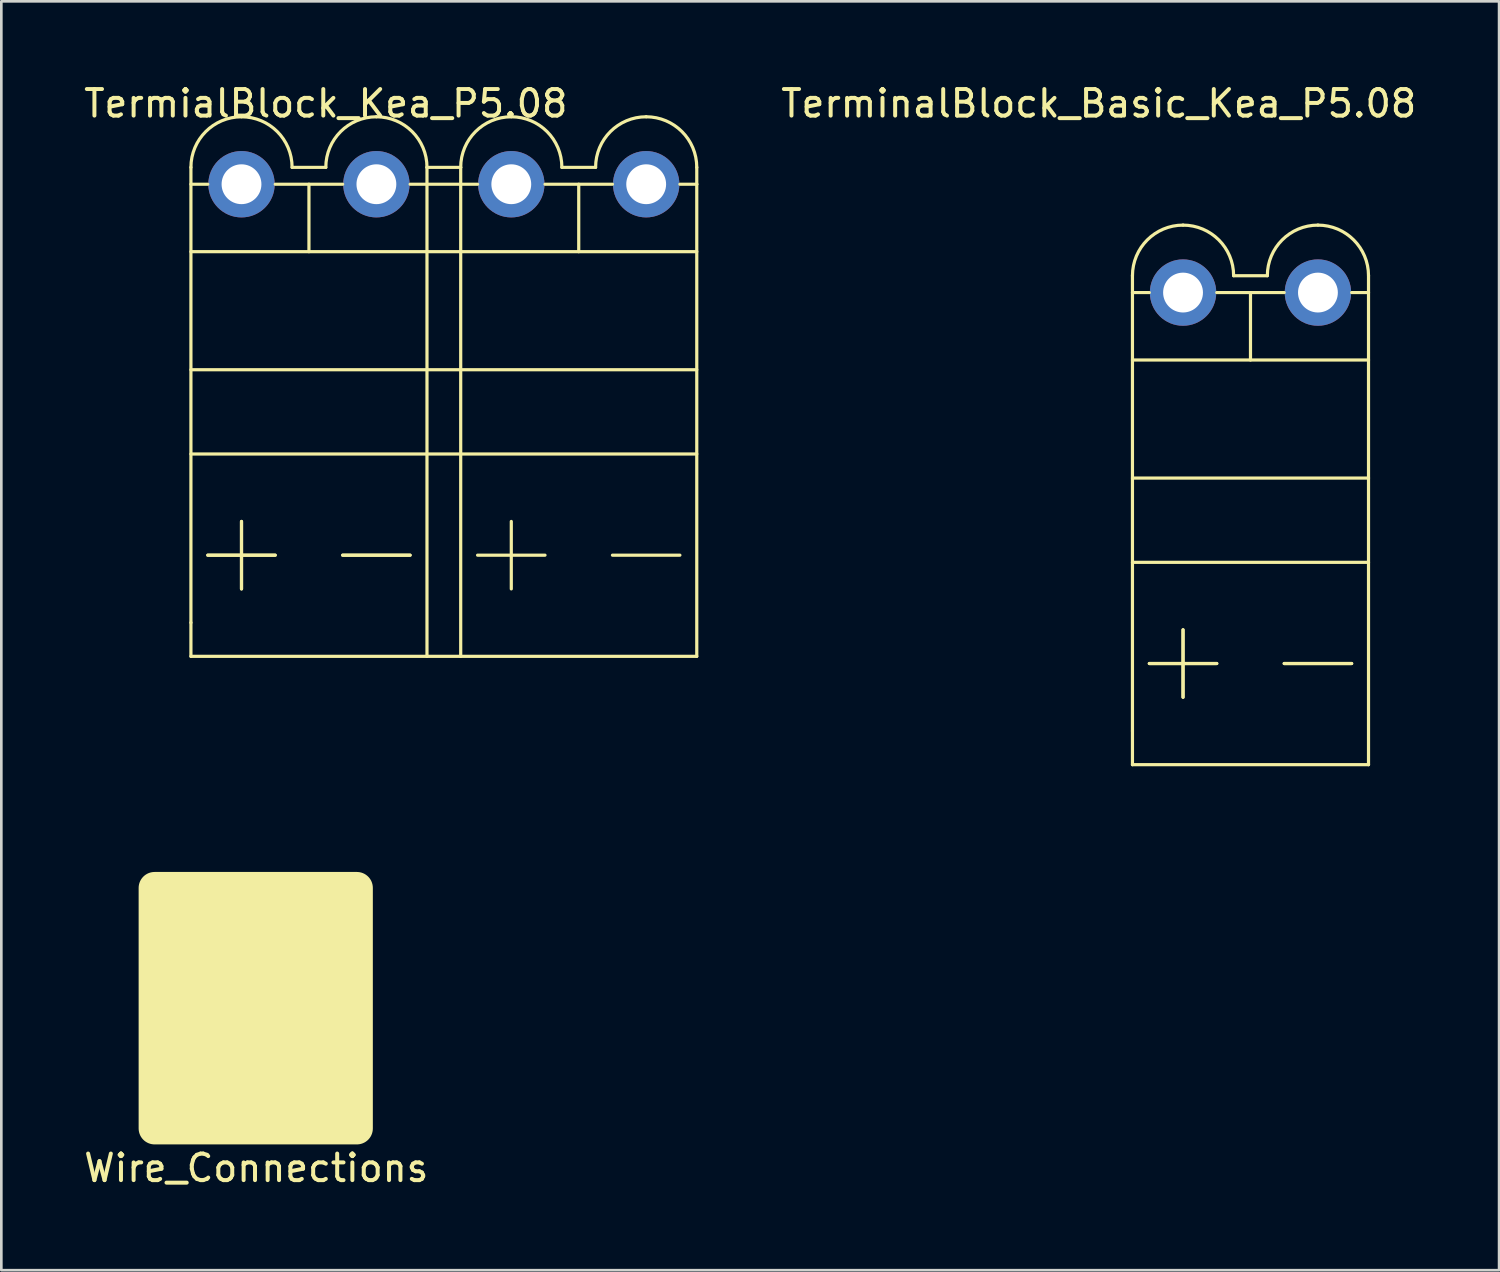
<source format=kicad_pcb>
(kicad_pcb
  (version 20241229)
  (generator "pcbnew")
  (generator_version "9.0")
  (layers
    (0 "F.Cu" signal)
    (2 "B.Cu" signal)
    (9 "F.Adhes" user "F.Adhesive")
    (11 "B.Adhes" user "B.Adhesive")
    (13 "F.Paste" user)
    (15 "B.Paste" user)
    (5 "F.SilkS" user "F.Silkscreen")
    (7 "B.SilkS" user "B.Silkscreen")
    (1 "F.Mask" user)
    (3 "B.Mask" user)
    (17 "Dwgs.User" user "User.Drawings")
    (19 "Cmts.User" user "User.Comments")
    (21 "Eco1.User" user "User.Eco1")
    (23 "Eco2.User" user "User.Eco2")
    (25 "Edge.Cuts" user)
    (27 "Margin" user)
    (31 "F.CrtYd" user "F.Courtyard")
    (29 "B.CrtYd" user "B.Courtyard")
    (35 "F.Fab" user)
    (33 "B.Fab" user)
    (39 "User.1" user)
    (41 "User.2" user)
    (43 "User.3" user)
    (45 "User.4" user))
  (footprint "TermialBlock_Kea_P5.08"
    (layer "F.Cu")
    (at 3.505 3.888)
    (property "Reference" "TermialBlock_Kea_P5.08" (at 5.715 -3.04 180) (layer "F.SilkS") (effects (font (size 1 1) (thickness 0.15))))
    (attr through_hole)
    (fp_line (start 0.635 -0.635) (end 0.635 16.51) (stroke (width 0.12) (type solid)) (layer "F.SilkS"))
    (fp_line (start 0.635 0) (end 1.27 0) (stroke (width 0.12) (type solid)) (layer "F.SilkS"))
    (fp_line (start 0.635 2.54) (end 9.525 2.54) (stroke (width 0.12) (type solid)) (layer "F.SilkS"))
    (fp_line (start 0.635 6.985) (end 9.525 6.985) (stroke (width 0.12) (type solid)) (layer "F.SilkS"))
    (fp_line (start 0.635 10.16) (end 9.525 10.16) (stroke (width 0.12) (type solid)) (layer "F.SilkS"))
    (fp_line (start 0.635 16.51) (end 0.635 17.78) (stroke (width 0.12) (type solid)) (layer "F.SilkS"))
    (fp_line (start 1.27 13.97) (end 3.81 13.97) (stroke (width 0.12) (type solid)) (layer "F.SilkS"))
    (fp_line (start 1.27 13.97) (end 3.81 13.97) (stroke (width 0.12) (type solid)) (layer "F.SilkS"))
    (fp_line (start 2.54 12.7) (end 2.54 15.24) (stroke (width 0.12) (type solid)) (layer "F.SilkS"))
    (fp_line (start 2.54 12.7) (end 2.54 15.24) (stroke (width 0.12) (type solid)) (layer "F.SilkS"))
    (fp_line (start 3.81 0) (end 6.35 0) (stroke (width 0.12) (type solid)) (layer "F.SilkS"))
    (fp_line (start 4.445 -0.635) (end 5.715 -0.635) (stroke (width 0.12) (type solid)) (layer "F.SilkS"))
    (fp_line (start 5.08 0) (end 5.08 2.54) (stroke (width 0.12) (type solid)) (layer "F.SilkS"))
    (fp_line (start 6.35 13.97) (end 8.89 13.97) (stroke (width 0.12) (type solid)) (layer "F.SilkS"))
    (fp_line (start 6.35 13.97) (end 8.89 13.97) (stroke (width 0.12) (type solid)) (layer "F.SilkS"))
    (fp_line (start 8.89 0) (end 11.43 0) (stroke (width 0.12) (type solid)) (layer "F.SilkS"))
    (fp_line (start 9.525 -0.635) (end 9.525 17.78) (stroke (width 0.12) (type solid)) (layer "F.SilkS"))
    (fp_line (start 9.525 -0.635) (end 10.795 -0.635) (stroke (width 0.12) (type solid)) (layer "F.SilkS"))
    (fp_line (start 9.525 2.54) (end 19.685 2.54) (stroke (width 0.12) (type solid)) (layer "F.SilkS"))
    (fp_line (start 9.525 6.985) (end 19.685 6.985) (stroke (width 0.12) (type solid)) (layer "F.SilkS"))
    (fp_line (start 9.525 10.16) (end 19.685 10.16) (stroke (width 0.12) (type solid)) (layer "F.SilkS"))
    (fp_line (start 10.795 -0.635) (end 10.795 17.78) (stroke (width 0.12) (type solid)) (layer "F.SilkS"))
    (fp_line (start 11.43 13.97) (end 13.97 13.97) (stroke (width 0.12) (type solid)) (layer "F.SilkS"))
    (fp_line (start 12.7 15.24) (end 12.7 12.7) (stroke (width 0.12) (type solid)) (layer "F.SilkS"))
    (fp_line (start 13.97 0) (end 16.51 0) (stroke (width 0.12) (type solid)) (layer "F.SilkS"))
    (fp_line (start 14.605 -0.635) (end 15.875 -0.635) (stroke (width 0.12) (type solid)) (layer "F.SilkS"))
    (fp_line (start 15.24 0) (end 15.24 2.54) (stroke (width 0.12) (type solid)) (layer "F.SilkS"))
    (fp_line (start 16.51 13.97) (end 19.05 13.97) (stroke (width 0.12) (type solid)) (layer "F.SilkS"))
    (fp_line (start 19.05 0) (end 19.685 0) (stroke (width 0.12) (type solid)) (layer "F.SilkS"))
    (fp_line (start 19.685 -0.635) (end 19.685 0) (stroke (width 0.12) (type solid)) (layer "F.SilkS"))
    (fp_line (start 19.685 0) (end 19.685 17.78) (stroke (width 0.12) (type solid)) (layer "F.SilkS"))
    (fp_line (start 19.685 17.78) (end 0.635 17.78) (stroke (width 0.12) (type solid)) (layer "F.SilkS"))
    (fp_arc (start 0.635 -0.635) (mid 1.192962 -1.982038) (end 2.54 -2.54) (stroke (width 0.12) (type solid)) (layer "F.SilkS"))
    (fp_arc (start 2.54 -2.54) (mid 3.887038 -1.982038) (end 4.445 -0.635) (stroke (width 0.12) (type solid)) (layer "F.SilkS"))
    (fp_arc (start 5.715 -0.635) (mid 6.272962 -1.982038) (end 7.62 -2.54) (stroke (width 0.12) (type solid)) (layer "F.SilkS"))
    (fp_arc (start 7.62 -2.54) (mid 8.967038 -1.982038) (end 9.525 -0.635) (stroke (width 0.12) (type solid)) (layer "F.SilkS"))
    (fp_arc (start 10.795 -0.635) (mid 11.352962 -1.982038) (end 12.7 -2.54) (stroke (width 0.12) (type solid)) (layer "F.SilkS"))
    (fp_arc (start 12.7 -2.54) (mid 14.047038 -1.982038) (end 14.605 -0.635) (stroke (width 0.12) (type solid)) (layer "F.SilkS"))
    (fp_arc (start 15.875 -0.635) (mid 16.432962 -1.982038) (end 17.78 -2.54) (stroke (width 0.12) (type solid)) (layer "F.SilkS"))
    (fp_arc (start 17.78 -2.54) (mid 19.127038 -1.982038) (end 19.685 -0.635) (stroke (width 0.12) (type solid)) (layer "F.SilkS"))
    (pad "1" thru_hole circle (at 2.54 0 180) (size 2.5 2.5) (drill 1.5) (layers "*.Cu" "*.Mask"))
    (pad "2" thru_hole circle (at 7.62 0 180) (size 2.5 2.5) (drill 1.5) (layers "*.Cu" "*.Mask"))
    (pad "3" thru_hole circle (at 12.7 0) (size 2.5 2.5) (drill 1.5) (layers "*.Cu" "*.Mask"))
    (pad "4" thru_hole circle (at 17.78 0) (size 2.5 2.5) (drill 1.5) (layers "*.Cu" "*.Mask")))
  (footprint "TerminalBlock_Basic_Kea_P5.08"
    (layer "F.Cu")
    (at 38.328 0.348)
    (property "Reference" "TerminalBlock_Basic_Kea_P5.08" (at 0 0.5 0) (layer "F.SilkS") (effects (font (size 1 1) (thickness 0.15))))
    (attr through_hole)
    (fp_line (start 1.27 6.985) (end 1.27 24.13) (stroke (width 0.12) (type solid)) (layer "F.SilkS"))
    (fp_line (start 1.27 7.62) (end 1.905 7.62) (stroke (width 0.12) (type solid)) (layer "F.SilkS"))
    (fp_line (start 1.27 10.16) (end 10.16 10.16) (stroke (width 0.12) (type solid)) (layer "F.SilkS"))
    (fp_line (start 1.27 14.605) (end 10.16 14.605) (stroke (width 0.12) (type solid)) (layer "F.SilkS"))
    (fp_line (start 1.27 17.78) (end 10.16 17.78) (stroke (width 0.12) (type solid)) (layer "F.SilkS"))
    (fp_line (start 1.27 24.13) (end 1.27 25.4) (stroke (width 0.12) (type solid)) (layer "F.SilkS"))
    (fp_line (start 1.27 25.4) (end 10.16 25.4) (stroke (width 0.12) (type solid)) (layer "F.SilkS"))
    (fp_line (start 1.905 21.59) (end 4.445 21.59) (stroke (width 0.12) (type solid)) (layer "F.SilkS"))
    (fp_line (start 1.905 21.59) (end 4.445 21.59) (stroke (width 0.12) (type solid)) (layer "F.SilkS"))
    (fp_line (start 3.175 20.32) (end 3.175 22.86) (stroke (width 0.12) (type solid)) (layer "F.SilkS"))
    (fp_line (start 3.175 20.32) (end 3.175 22.86) (stroke (width 0.12) (type solid)) (layer "F.SilkS"))
    (fp_line (start 4.445 7.62) (end 6.985 7.62) (stroke (width 0.12) (type solid)) (layer "F.SilkS"))
    (fp_line (start 5.08 6.985) (end 6.35 6.985) (stroke (width 0.12) (type solid)) (layer "F.SilkS"))
    (fp_line (start 5.715 7.62) (end 5.715 10.16) (stroke (width 0.12) (type solid)) (layer "F.SilkS"))
    (fp_line (start 6.985 21.59) (end 9.525 21.59) (stroke (width 0.12) (type solid)) (layer "F.SilkS"))
    (fp_line (start 6.985 21.59) (end 9.525 21.59) (stroke (width 0.12) (type solid)) (layer "F.SilkS"))
    (fp_line (start 9.525 7.62) (end 10.16 7.62) (stroke (width 0.12) (type solid)) (layer "F.SilkS"))
    (fp_line (start 10.16 6.985) (end 10.16 25.4) (stroke (width 0.12) (type solid)) (layer "F.SilkS"))
    (fp_arc (start 1.27 6.985) (mid 1.827962 5.637962) (end 3.175 5.08) (stroke (width 0.12) (type solid)) (layer "F.SilkS"))
    (fp_arc (start 3.175 5.08) (mid 4.522038 5.637962) (end 5.08 6.985) (stroke (width 0.12) (type solid)) (layer "F.SilkS"))
    (fp_arc (start 6.35 6.985) (mid 6.907962 5.637962) (end 8.255 5.08) (stroke (width 0.12) (type solid)) (layer "F.SilkS"))
    (fp_arc (start 8.255 5.08) (mid 9.602038 5.637962) (end 10.16 6.985) (stroke (width 0.12) (type solid)) (layer "F.SilkS"))
    (pad "1" thru_hole circle (at 8.255 7.62 180) (size 2.5 2.5) (drill 1.5) (layers "*.Cu" "*.Mask"))
    (pad "2" thru_hole circle (at 3.175 7.62 180) (size 2.5 2.5) (drill 1.5) (layers "*.Cu" "*.Mask")))
  (footprint "Wire_Connections"
    (layer "F.Cu")
    (at 2.021 29.058)
    (property "Reference" "Wire_Connections" (at 4.58 11.88 0) (layer "F.SilkS") (effects (font (size 1 1) (thickness 0.15))))
    (attr through_hole)
    (fp_line (start 2.02 3.81) (end 2.02 1.27) (stroke (width 0.12) (type solid)) (layer "F.Mask"))
    (fp_line (start 3.29 2.54) (end 0.75 2.54) (stroke (width 0.12) (type solid)) (layer "F.Mask"))
    (fp_line (start 8.37 2.54) (end 5.83 2.54) (stroke (width 0.12) (type solid)) (layer "F.Mask"))
    (fp_poly (pts (xy 0.75 1.33) (xy 8.37 1.33) (xy 8.37 10.39) (xy 0.75 10.39)) (stroke (width 1.2) (type solid)) (fill yes) (layer "F.SilkS"))
    (pad "1" smd roundrect (at 2.02 7.62) (size 3 6) (layers "F.Cu" "F.Mask" "F.Paste") (roundrect_rratio 0.1))
    (pad "2" smd roundrect (at 7.1 7.62) (size 3 6) (layers "F.Cu" "F.Mask" "F.Paste") (roundrect_rratio 0.1)))
  (gr_rect
    (start -3 -3)
    (end 53.405 44.786)
    (stroke (width 0.1) (type default))
    (fill no)
    (layer "Edge.Cuts")))
</source>
